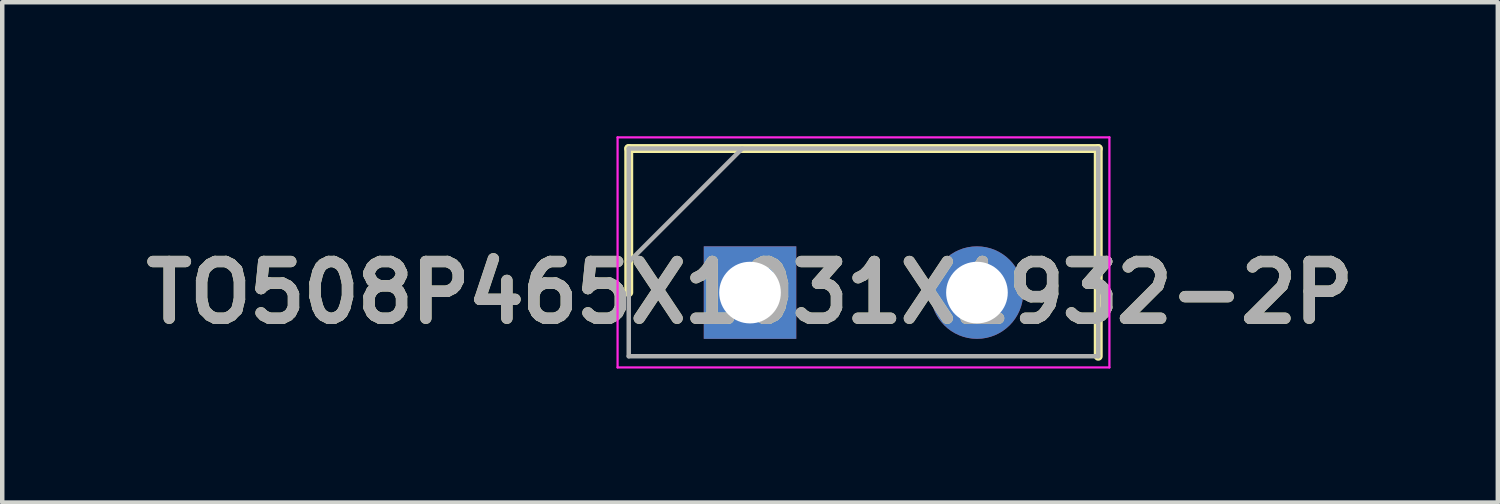
<source format=kicad_pcb>
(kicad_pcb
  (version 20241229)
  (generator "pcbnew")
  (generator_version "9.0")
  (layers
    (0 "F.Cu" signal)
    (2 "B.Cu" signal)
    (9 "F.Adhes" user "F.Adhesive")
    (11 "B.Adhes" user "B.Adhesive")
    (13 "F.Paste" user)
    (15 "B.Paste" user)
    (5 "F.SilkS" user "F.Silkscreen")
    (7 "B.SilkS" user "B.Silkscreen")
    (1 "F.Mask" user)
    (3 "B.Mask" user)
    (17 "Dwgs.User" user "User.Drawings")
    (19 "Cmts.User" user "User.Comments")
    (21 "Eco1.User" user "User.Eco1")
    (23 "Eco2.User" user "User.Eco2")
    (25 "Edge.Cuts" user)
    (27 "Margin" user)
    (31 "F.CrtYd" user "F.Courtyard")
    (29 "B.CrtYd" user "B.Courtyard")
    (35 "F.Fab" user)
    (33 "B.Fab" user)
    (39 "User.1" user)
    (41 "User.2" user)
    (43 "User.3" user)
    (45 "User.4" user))
  (footprint "TO508P465X1031X1932-2P"
    (layer "F.Cu")
    (at 13.74 3.5)
    (property "Reference" "TO508P465X1031X1932-2P" (at 0 0 0) (layer "F.SilkS") (effects (font (size 1.27 1.27) (thickness 0.254))))
    (attr through_hole)
    (fp_line (start -2.715 -3.225) (end -2.715 0) (stroke (width 0.2) (type solid)) (layer "F.SilkS"))
    (fp_line (start 7.795 -3.225) (end -2.715 -3.225) (stroke (width 0.2) (type solid)) (layer "F.SilkS"))
    (fp_line (start 7.795 1.425) (end 7.795 -3.225) (stroke (width 0.2) (type solid)) (layer "F.SilkS"))
    (fp_line (start -2.965 -3.475) (end 8.045 -3.475) (stroke (width 0.05) (type solid)) (layer "F.CrtYd"))
    (fp_line (start -2.965 1.675) (end -2.965 -3.475) (stroke (width 0.05) (type solid)) (layer "F.CrtYd"))
    (fp_line (start 8.045 -3.475) (end 8.045 1.675) (stroke (width 0.05) (type solid)) (layer "F.CrtYd"))
    (fp_line (start 8.045 1.675) (end -2.965 1.675) (stroke (width 0.05) (type solid)) (layer "F.CrtYd"))
    (fp_line (start -2.715 -3.225) (end 7.795 -3.225) (stroke (width 0.1) (type solid)) (layer "F.Fab"))
    (fp_line (start -2.715 -0.685) (end -0.175 -3.225) (stroke (width 0.1) (type solid)) (layer "F.Fab"))
    (fp_line (start -2.715 1.425) (end -2.715 -3.225) (stroke (width 0.1) (type solid)) (layer "F.Fab"))
    (fp_line (start 7.795 -3.225) (end 7.795 1.425) (stroke (width 0.1) (type solid)) (layer "F.Fab"))
    (fp_line (start 7.795 1.425) (end -2.715 1.425) (stroke (width 0.1) (type solid)) (layer "F.Fab"))
    (fp_text user "${REFERENCE}" (at 0 0 0) (layer "F.Fab") (effects (font (size 1.27 1.27) (thickness 0.254))))
    (pad "1" thru_hole rect (at 0 0) (size 2.07 2.07) (drill 1.38) (layers "*.Cu" "*.Mask"))
    (pad "2" thru_hole circle (at 5.08 0) (size 2.07 2.07) (drill 1.38) (layers "*.Cu" "*.Mask")))
  (gr_rect
    (start -3 -3)
    (end 30.48 8.2)
    (stroke (width 0.1) (type default))
    (fill no)
    (layer "Edge.Cuts")))
</source>
